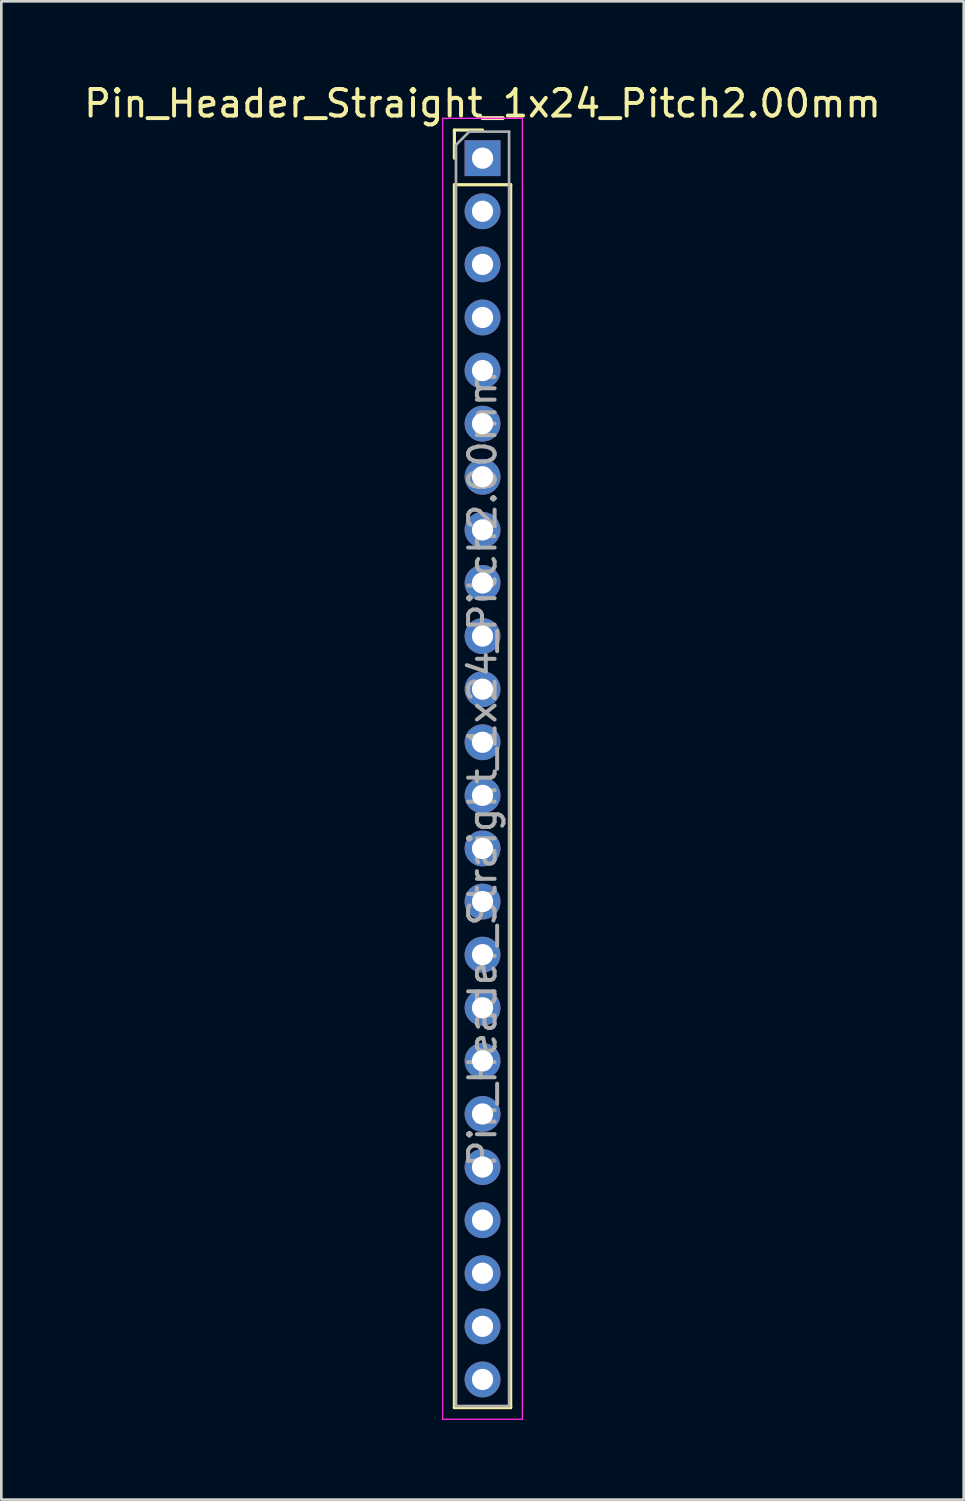
<source format=kicad_pcb>
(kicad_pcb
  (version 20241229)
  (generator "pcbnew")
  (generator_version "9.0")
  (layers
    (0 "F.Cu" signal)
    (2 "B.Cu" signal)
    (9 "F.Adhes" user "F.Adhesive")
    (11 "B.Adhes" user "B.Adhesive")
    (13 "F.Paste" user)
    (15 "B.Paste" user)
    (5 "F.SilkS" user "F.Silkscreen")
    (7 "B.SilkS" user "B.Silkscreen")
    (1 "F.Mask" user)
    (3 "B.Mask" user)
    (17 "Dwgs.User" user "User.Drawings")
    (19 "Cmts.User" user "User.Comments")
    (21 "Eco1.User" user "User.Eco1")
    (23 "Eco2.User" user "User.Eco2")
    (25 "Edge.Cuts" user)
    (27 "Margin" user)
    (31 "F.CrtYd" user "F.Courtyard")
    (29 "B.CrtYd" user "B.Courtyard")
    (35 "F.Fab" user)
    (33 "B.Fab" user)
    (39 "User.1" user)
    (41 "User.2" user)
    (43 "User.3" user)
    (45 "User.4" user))
  (footprint "Pin_Header_Straight_1x24_Pitch2.00mm"
    (layer "F.Cu")
    (at 15.125 2.908)
    (property "Reference" "Pin_Header_Straight_1x24_Pitch2.00mm" (at 0 -2.06 0) (layer "F.SilkS") (effects (font (size 1 1) (thickness 0.15))))
    (attr through_hole)
    (fp_line (start -1.06 -1.06) (end 0 -1.06) (stroke (width 0.12) (type solid)) (layer "F.SilkS"))
    (fp_line (start -1.06 0) (end -1.06 -1.06) (stroke (width 0.12) (type solid)) (layer "F.SilkS"))
    (fp_line (start -1.06 1) (end -1.06 47.06) (stroke (width 0.12) (type solid)) (layer "F.SilkS"))
    (fp_line (start -1.06 1) (end 1.06 1) (stroke (width 0.12) (type solid)) (layer "F.SilkS"))
    (fp_line (start -1.06 47.06) (end 1.06 47.06) (stroke (width 0.12) (type solid)) (layer "F.SilkS"))
    (fp_line (start 1.06 1) (end 1.06 47.06) (stroke (width 0.12) (type solid)) (layer "F.SilkS"))
    (fp_line (start -1.5 -1.5) (end -1.5 47.5) (stroke (width 0.05) (type solid)) (layer "F.CrtYd"))
    (fp_line (start -1.5 47.5) (end 1.5 47.5) (stroke (width 0.05) (type solid)) (layer "F.CrtYd"))
    (fp_line (start 1.5 -1.5) (end -1.5 -1.5) (stroke (width 0.05) (type solid)) (layer "F.CrtYd"))
    (fp_line (start 1.5 47.5) (end 1.5 -1.5) (stroke (width 0.05) (type solid)) (layer "F.CrtYd"))
    (fp_line (start -1 -0.5) (end -0.5 -1) (stroke (width 0.1) (type solid)) (layer "F.Fab"))
    (fp_line (start -1 47) (end -1 -0.5) (stroke (width 0.1) (type solid)) (layer "F.Fab"))
    (fp_line (start -0.5 -1) (end 1 -1) (stroke (width 0.1) (type solid)) (layer "F.Fab"))
    (fp_line (start 1 -1) (end 1 47) (stroke (width 0.1) (type solid)) (layer "F.Fab"))
    (fp_line (start 1 47) (end -1 47) (stroke (width 0.1) (type solid)) (layer "F.Fab"))
    (fp_text user "${REFERENCE}" (at 0 23 90) (layer "F.Fab") (effects (font (size 1 1) (thickness 0.15))))
    (pad "1" thru_hole rect (at 0 0) (size 1.35 1.35) (drill 0.8) (layers "*.Cu" "*.Mask"))
    (pad "2" thru_hole oval (at 0 2) (size 1.35 1.35) (drill 0.8) (layers "*.Cu" "*.Mask"))
    (pad "3" thru_hole oval (at 0 4) (size 1.35 1.35) (drill 0.8) (layers "*.Cu" "*.Mask"))
    (pad "4" thru_hole oval (at 0 6) (size 1.35 1.35) (drill 0.8) (layers "*.Cu" "*.Mask"))
    (pad "5" thru_hole oval (at 0 8) (size 1.35 1.35) (drill 0.8) (layers "*.Cu" "*.Mask"))
    (pad "6" thru_hole oval (at 0 10) (size 1.35 1.35) (drill 0.8) (layers "*.Cu" "*.Mask"))
    (pad "7" thru_hole oval (at 0 12) (size 1.35 1.35) (drill 0.8) (layers "*.Cu" "*.Mask"))
    (pad "8" thru_hole oval (at 0 14) (size 1.35 1.35) (drill 0.8) (layers "*.Cu" "*.Mask"))
    (pad "9" thru_hole oval (at 0 16) (size 1.35 1.35) (drill 0.8) (layers "*.Cu" "*.Mask"))
    (pad "10" thru_hole oval (at 0 18) (size 1.35 1.35) (drill 0.8) (layers "*.Cu" "*.Mask"))
    (pad "11" thru_hole oval (at 0 20) (size 1.35 1.35) (drill 0.8) (layers "*.Cu" "*.Mask"))
    (pad "12" thru_hole oval (at 0 22) (size 1.35 1.35) (drill 0.8) (layers "*.Cu" "*.Mask"))
    (pad "13" thru_hole oval (at 0 24) (size 1.35 1.35) (drill 0.8) (layers "*.Cu" "*.Mask"))
    (pad "14" thru_hole oval (at 0 26) (size 1.35 1.35) (drill 0.8) (layers "*.Cu" "*.Mask"))
    (pad "15" thru_hole oval (at 0 28) (size 1.35 1.35) (drill 0.8) (layers "*.Cu" "*.Mask"))
    (pad "16" thru_hole oval (at 0 30) (size 1.35 1.35) (drill 0.8) (layers "*.Cu" "*.Mask"))
    (pad "17" thru_hole oval (at 0 32) (size 1.35 1.35) (drill 0.8) (layers "*.Cu" "*.Mask"))
    (pad "18" thru_hole oval (at 0 34) (size 1.35 1.35) (drill 0.8) (layers "*.Cu" "*.Mask"))
    (pad "19" thru_hole oval (at 0 36) (size 1.35 1.35) (drill 0.8) (layers "*.Cu" "*.Mask"))
    (pad "20" thru_hole oval (at 0 38) (size 1.35 1.35) (drill 0.8) (layers "*.Cu" "*.Mask"))
    (pad "21" thru_hole oval (at 0 40) (size 1.35 1.35) (drill 0.8) (layers "*.Cu" "*.Mask"))
    (pad "22" thru_hole oval (at 0 42) (size 1.35 1.35) (drill 0.8) (layers "*.Cu" "*.Mask"))
    (pad "23" thru_hole oval (at 0 44) (size 1.35 1.35) (drill 0.8) (layers "*.Cu" "*.Mask"))
    (pad "24" thru_hole oval (at 0 46) (size 1.35 1.35) (drill 0.8) (layers "*.Cu" "*.Mask")))
  (gr_rect
    (start -3 -3)
    (end 33.25 53.433)
    (stroke (width 0.1) (type default))
    (fill no)
    (layer "Edge.Cuts")))
</source>
